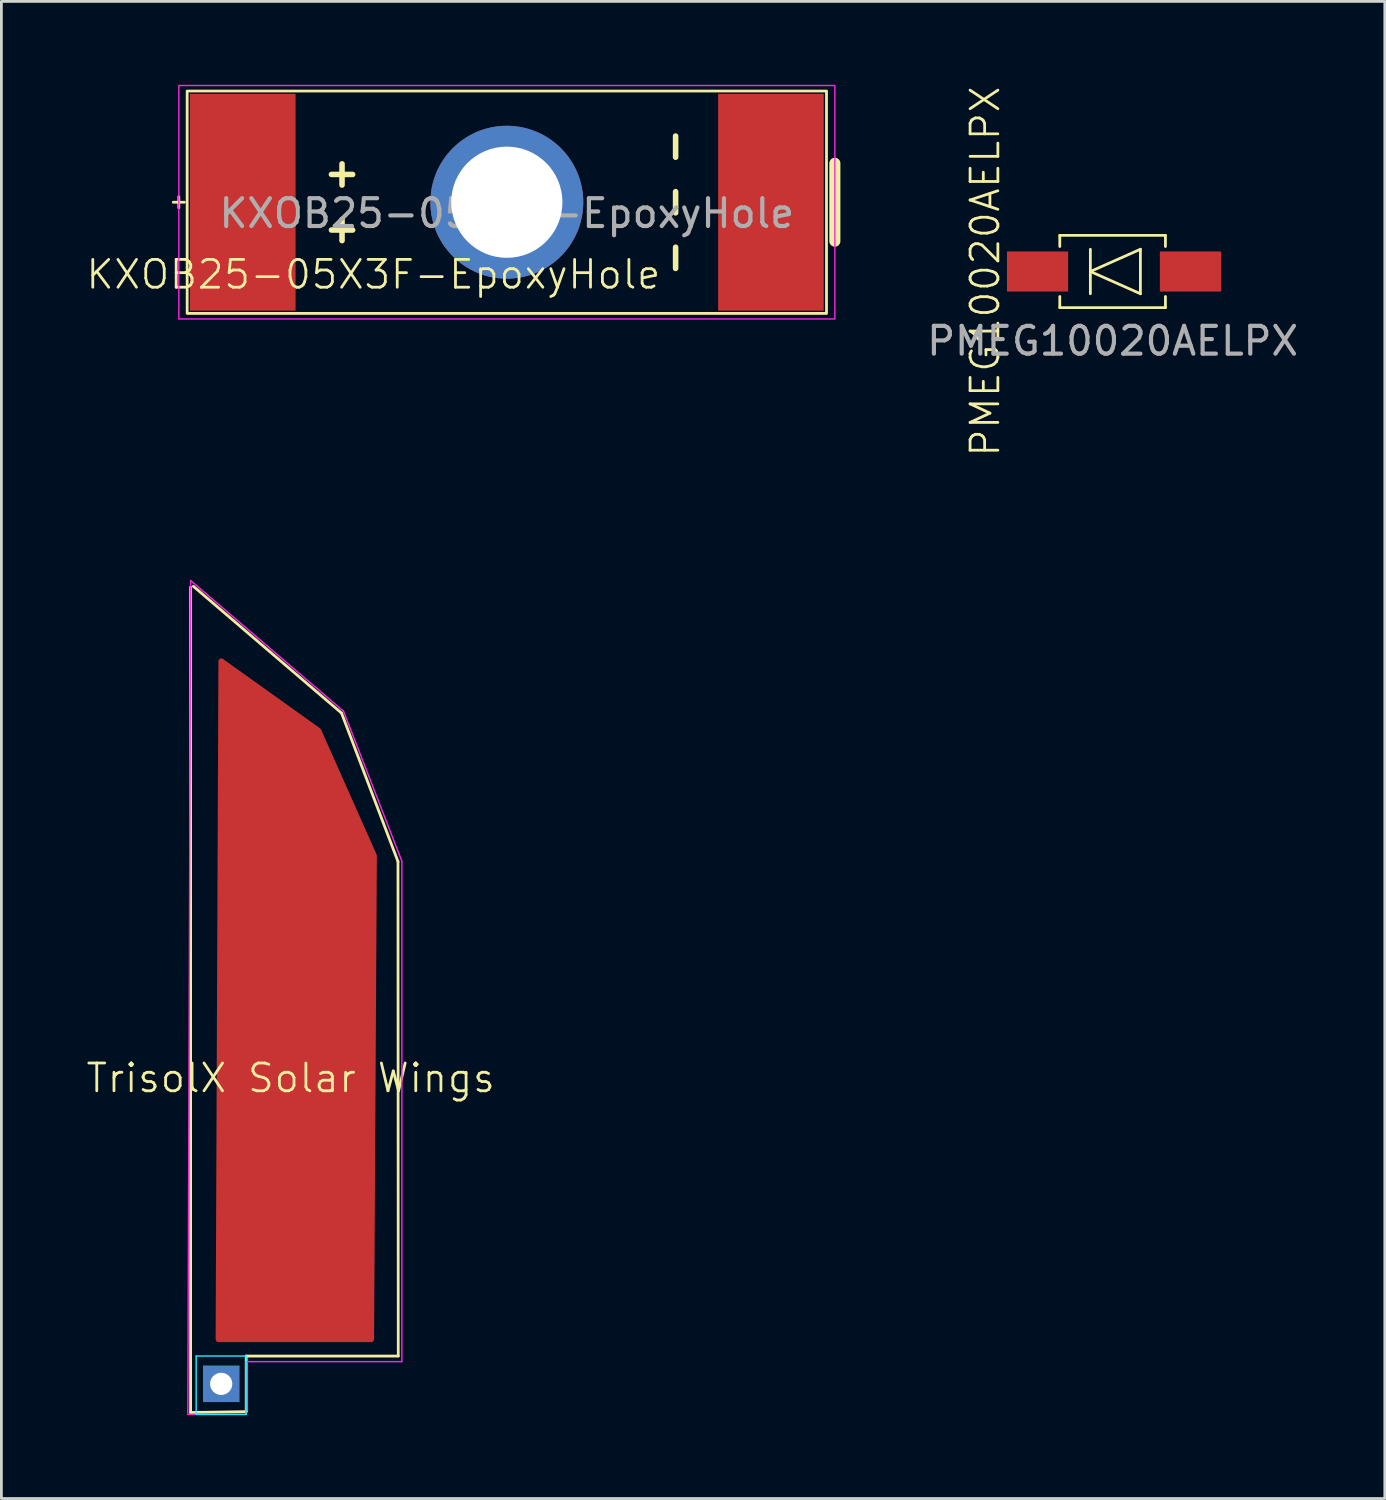
<source format=kicad_pcb>
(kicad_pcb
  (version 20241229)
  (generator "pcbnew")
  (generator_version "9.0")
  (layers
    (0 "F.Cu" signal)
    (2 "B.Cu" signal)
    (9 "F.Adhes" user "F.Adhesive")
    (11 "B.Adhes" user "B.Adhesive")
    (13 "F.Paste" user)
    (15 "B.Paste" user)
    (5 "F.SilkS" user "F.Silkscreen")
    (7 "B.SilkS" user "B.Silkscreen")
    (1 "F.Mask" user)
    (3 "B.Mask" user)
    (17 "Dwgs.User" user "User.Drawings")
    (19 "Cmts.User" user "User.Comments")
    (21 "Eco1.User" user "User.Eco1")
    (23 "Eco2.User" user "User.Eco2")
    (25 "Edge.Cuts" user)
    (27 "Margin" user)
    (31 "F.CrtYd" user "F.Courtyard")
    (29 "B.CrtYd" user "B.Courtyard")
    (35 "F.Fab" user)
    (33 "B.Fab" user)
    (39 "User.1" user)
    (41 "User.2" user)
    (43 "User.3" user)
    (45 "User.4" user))
  (footprint "PMEG10020AELPX"
    (layer "F.Cu")
    (at 36.975 6.717)
    (property "Reference" "PMEG10020AELPX" (at -4 0 90) (unlocked yes) (layer "F.SilkS") (effects (font (size 1 1) (thickness 0.1)) (justify bottom)))
    (attr smd)
    (fp_line (start -1.9 -1.3) (end -1.9 -0.9) (stroke (width 0.1) (type default)) (layer "F.SilkS"))
    (fp_line (start -1.9 -1.3) (end 1.9 -1.3) (stroke (width 0.1) (type default)) (layer "F.SilkS"))
    (fp_line (start -1.9 1.3) (end -1.9 0.9) (stroke (width 0.1) (type default)) (layer "F.SilkS"))
    (fp_line (start -1.9 1.3) (end 1.9 1.3) (stroke (width 0.1) (type default)) (layer "F.SilkS"))
    (fp_line (start -0.8 -0.8) (end -0.8 0.8) (stroke (width 0.1) (type default)) (layer "F.SilkS"))
    (fp_line (start -0.8 0) (end 1 -0.8) (stroke (width 0.1) (type default)) (layer "F.SilkS"))
    (fp_line (start -0.8 0) (end 1 0.8) (stroke (width 0.1) (type default)) (layer "F.SilkS"))
    (fp_line (start 1 -0.8) (end 1 0.8) (stroke (width 0.1) (type default)) (layer "F.SilkS"))
    (fp_line (start 1.9 -1.3) (end 1.9 -0.9) (stroke (width 0.1) (type default)) (layer "F.SilkS"))
    (fp_line (start 1.9 1.3) (end 1.9 0.9) (stroke (width 0.1) (type default)) (layer "F.SilkS"))
    (fp_text user "${REFERENCE}" (at 0 2.5 0) (unlocked yes) (layer "F.Fab") (effects (font (size 1 1) (thickness 0.15))))
    (pad "1" smd rect (at -2.7 0 90) (size 1.443 2.2) (layers "F.Cu" "F.Mask" "F.Paste"))
    (pad "2" smd rect (at 2.8 0 90) (size 1.443 2.2) (layers "F.Cu" "F.Mask" "F.Paste"))
    (zone (net_name "") (layer "F.Cu") (name "bruh") (hatch edge 0.5) (connect_pads) (min_thickness 0.25) (filled_areas_thickness no) (keepout (tracks not_allowed) (vias not_allowed) (pads not_allowed) (copperpour allowed) (footprints allowed)) (placement (enabled no)) (fill) (polygon (pts (xy 35.575 7.917) (xy 35.575 5.517) (xy 38.475 5.517) (xy 38.475 7.917)))))
  (footprint "TrisolX Solar Wings"
    (layer "F.Cu")
    (at 7.407 36.233)
    (property "Reference" "TrisolX Solar Wings" (at 0 -0.5 0) (unlocked yes) (layer "F.SilkS") (effects (font (size 1 1) (thickness 0.1))))
    (attr smd)
    (fp_line (start -3.6 -18.16) (end -3.6 11.53) (stroke (width 0.1) (type default)) (layer "F.SilkS"))
    (fp_line (start -3.6 11.53) (end -1.6 11.5) (stroke (width 0.1) (type default)) (layer "F.SilkS"))
    (fp_line (start -1.6 9.5) (end 3.87 9.5) (stroke (width 0.1) (type default)) (layer "F.SilkS"))
    (fp_line (start -1.6 11.5) (end -1.6 9.5) (stroke (width 0.1) (type default)) (layer "F.SilkS"))
    (fp_line (start 1.83 -13.63) (end -3.5 -18.19) (stroke (width 0.1) (type default)) (layer "F.SilkS"))
    (fp_line (start 3.86 -8.29) (end 1.83 -13.63) (stroke (width 0.1) (type default)) (layer "F.SilkS"))
    (fp_line (start 3.87 9.5) (end 3.86 -8.29) (stroke (width 0.1) (type default)) (layer "F.SilkS"))
    (fp_line (start -3.4 9.5) (end -3.4 11.6) (stroke (width 0.05) (type default)) (layer "B.CrtYd"))
    (fp_line (start -3.4 9.5) (end -1.6 9.5) (stroke (width 0.05) (type default)) (layer "B.CrtYd"))
    (fp_line (start -3.4 11.6) (end -1.6 11.6) (stroke (width 0.05) (type default)) (layer "B.CrtYd"))
    (fp_line (start -1.6 11.6) (end -1.6 9.5) (stroke (width 0.05) (type default)) (layer "B.CrtYd"))
    (fp_line (start -3.7 11.6) (end -1.6 11.6) (stroke (width 0.05) (type default)) (layer "F.CrtYd"))
    (fp_line (start -3.6 -18.4) (end -3.7 11.6) (stroke (width 0.05) (type default)) (layer "F.CrtYd"))
    (fp_line (start -1.6 9.7) (end 4 9.7) (stroke (width 0.05) (type default)) (layer "F.CrtYd"))
    (fp_line (start -1.6 11.6) (end -1.6 9.7) (stroke (width 0.05) (type default)) (layer "F.CrtYd"))
    (fp_line (start 1.9 -13.7) (end -3.6 -18.4) (stroke (width 0.05) (type default)) (layer "F.CrtYd"))
    (fp_line (start 4 -8.3) (end 1.9 -13.7) (stroke (width 0.05) (type default)) (layer "F.CrtYd"))
    (fp_line (start 4 9.7) (end 4 -8.3) (stroke (width 0.05) (type default)) (layer "F.CrtYd"))
    (pad "1" smd custom (at 0.5 -1 270) (size 10 3.35) (layers "F.Cu" "F.Mask" "F.Paste") (options (anchor rect)) (primitives (gr_poly (pts (xy -14.5 3) (xy 9.9 3.1) (xy 9.9 -2.4) (xy -7.5 -2.5) (xy -12 -0.5)) (width 0.2) (fill yes))))
    (pad "2" thru_hole rect (at -2.5 10.5 270) (size 1.308 1.308) (drill 0.8) (layers "*.Cu" "*.Mask"))
    (zone (net_name "") (layer "F.Cu") (hatch full 0.5) (connect_pads) (min_thickness 0.25) (filled_areas_thickness no) (keepout (tracks allowed) (vias allowed) (pads allowed) (copperpour not_allowed) (footprints allowed)) (placement (enabled no)) (fill) (polygon (pts (xy 3.407 16.433) (xy 9.407 21.433) (xy 11.907 27.633) (xy 11.907 45.633) (xy 3.407 45.733)))))
  (footprint "KXOB25-05X3F-EpoxyHole"
    (layer "F.Cu")
    (at 15.183 4.225)
    (property "Reference" "KXOB25-05X3F-EpoxyHole" (at -4.8 2.6 0) (layer "F.SilkS") (effects (font (size 1 1) (thickness 0.1))))
    (attr smd)
    (fp_line (start -12 0) (end -11.6 0) (stroke (width 0.1) (type default)) (layer "F.SilkS"))
    (fp_line (start -11.8 0.2) (end -11.8 -0.2) (stroke (width 0.1) (type default)) (layer "F.SilkS"))
    (fp_line (start 11.8 -1.4) (end 11.8 1.4) (stroke (width 0.4) (type solid)) (layer "F.SilkS"))
    (fp_rect (start -11.5 -4) (end 11.5 4) (stroke (width 0.1) (type solid)) (fill no) (layer "F.SilkS"))
    (fp_rect (start -11.8 -4.2) (end 11.8 4.2) (stroke (width 0.05) (type default)) (fill no) (layer "F.CrtYd"))
    (fp_text user "+ +" (at -6 0 90) (unlocked yes) (layer "F.SilkS") (effects (font (size 1 1) (thickness 0.2) (bold yes))))
    (fp_text user "- - -" (at 6 0 90) (unlocked yes) (layer "F.SilkS") (effects (font (size 1 1) (thickness 0.2) (bold yes))))
    (fp_text user "${REFERENCE}" (at 0 0.4 0) (unlocked yes) (layer "F.Fab") (effects (font (size 1 1) (thickness 0.15))))
    (pad "1" smd rect (at -9.5 0) (size 3.8 7.8) (layers "F.Cu" "F.Mask" "F.Paste"))
    (pad "2" smd rect (at 9.5 0) (size 3.8 7.8) (layers "F.Cu" "F.Mask" "F.Paste"))
    (pad "3" thru_hole circle (at 0 0) (size 5.5 5.5) (drill 4) (layers "*.Cu" "*.Mask")))
  (gr_rect
    (start -3 -3)
    (end 46.767 50.858)
    (stroke (width 0.1) (type default))
    (fill no)
    (layer "Edge.Cuts")))
</source>
